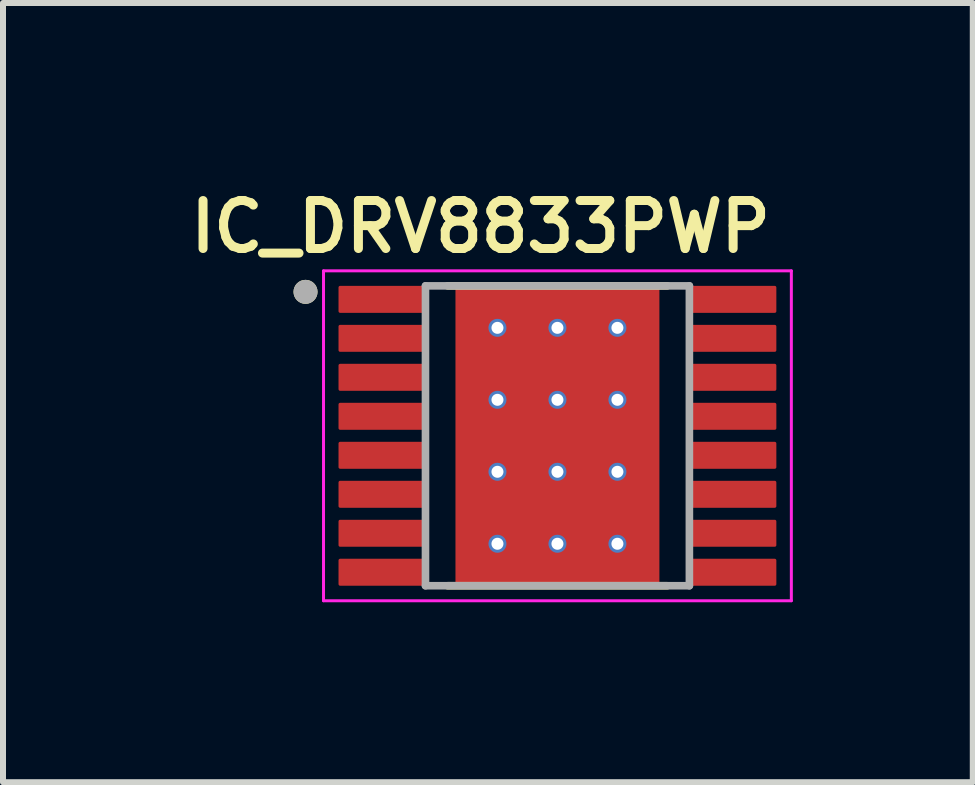
<source format=kicad_pcb>
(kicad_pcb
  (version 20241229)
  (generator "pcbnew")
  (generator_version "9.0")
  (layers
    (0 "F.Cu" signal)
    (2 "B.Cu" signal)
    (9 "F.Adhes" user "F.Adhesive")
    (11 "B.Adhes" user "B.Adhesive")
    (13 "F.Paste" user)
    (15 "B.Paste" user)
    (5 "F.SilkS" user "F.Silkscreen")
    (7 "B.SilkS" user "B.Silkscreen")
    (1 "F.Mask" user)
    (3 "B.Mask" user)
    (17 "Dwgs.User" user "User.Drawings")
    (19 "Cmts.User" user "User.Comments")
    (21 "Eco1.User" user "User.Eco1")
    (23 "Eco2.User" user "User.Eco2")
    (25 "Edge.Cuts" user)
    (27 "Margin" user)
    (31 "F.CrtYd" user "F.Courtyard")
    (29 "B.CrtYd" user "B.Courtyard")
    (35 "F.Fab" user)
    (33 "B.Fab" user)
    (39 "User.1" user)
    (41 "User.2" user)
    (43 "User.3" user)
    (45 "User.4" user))
  (footprint "IC_DRV8833PWP"
    (layer "F.Cu")
    (at 6.244 4.216)
    (property "Reference" "IC_DRV8833PWP" (at -1.28 -3.485 0) (layer "F.SilkS") (effects (font (size 0.8 0.8) (thickness 0.15))))
    (attr smd)
    (fp_poly (pts (xy -1.23 -1.155) (xy 1.23 -1.155) (xy 1.23 1.155) (xy -1.23 1.155)) (stroke (width 0.01) (type solid)) (fill yes) (layer "F.Mask"))
    (fp_line (start -1.83 -2.5) (end 1.83 -2.5) (stroke (width 0.127) (type solid)) (layer "F.SilkS"))
    (fp_line (start -1.83 2.5) (end 1.83 2.5) (stroke (width 0.127) (type solid)) (layer "F.SilkS"))
    (fp_circle (center -4.2 -2.4) (end -4.1 -2.4) (stroke (width 0.2) (type solid)) (fill no) (layer "F.SilkS"))
    (fp_poly (pts (xy -1.23 -1.155) (xy 1.23 -1.155) (xy 1.23 1.155) (xy -1.23 1.155)) (stroke (width 0.01) (type solid)) (fill yes) (layer "F.Paste"))
    (fp_line (start -3.9 -2.75) (end -3.9 2.75) (stroke (width 0.05) (type solid)) (layer "F.CrtYd"))
    (fp_line (start -3.9 -2.75) (end 3.9 -2.75) (stroke (width 0.05) (type solid)) (layer "F.CrtYd"))
    (fp_line (start -3.9 2.75) (end 3.9 2.75) (stroke (width 0.05) (type solid)) (layer "F.CrtYd"))
    (fp_line (start 3.9 -2.75) (end 3.9 2.75) (stroke (width 0.05) (type solid)) (layer "F.CrtYd"))
    (fp_line (start -2.2 -2.5) (end -2.2 2.5) (stroke (width 0.127) (type solid)) (layer "F.Fab"))
    (fp_line (start -2.2 -2.5) (end 2.2 -2.5) (stroke (width 0.127) (type solid)) (layer "F.Fab"))
    (fp_line (start -2.2 2.5) (end 2.2 2.5) (stroke (width 0.127) (type solid)) (layer "F.Fab"))
    (fp_line (start 2.2 -2.5) (end 2.2 2.5) (stroke (width 0.127) (type solid)) (layer "F.Fab"))
    (fp_circle (center -4.2 -2.4) (end -4.1 -2.4) (stroke (width 0.2) (type solid)) (fill no) (layer "F.Fab"))
    (pad "1" smd roundrect (at -2.9 -2.275) (size 1.5 0.45) (layers "F.Cu" "F.Mask" "F.Paste") (roundrect_rratio 0.06))
    (pad "2" smd roundrect (at -2.9 -1.625) (size 1.5 0.45) (layers "F.Cu" "F.Mask" "F.Paste") (roundrect_rratio 0.06))
    (pad "3" smd roundrect (at -2.9 -0.975) (size 1.5 0.45) (layers "F.Cu" "F.Mask" "F.Paste") (roundrect_rratio 0.06))
    (pad "4" smd roundrect (at -2.9 -0.325) (size 1.5 0.45) (layers "F.Cu" "F.Mask" "F.Paste") (roundrect_rratio 0.06))
    (pad "5" smd roundrect (at -2.9 0.325) (size 1.5 0.45) (layers "F.Cu" "F.Mask" "F.Paste") (roundrect_rratio 0.06))
    (pad "6" smd roundrect (at -2.9 0.975) (size 1.5 0.45) (layers "F.Cu" "F.Mask" "F.Paste") (roundrect_rratio 0.06))
    (pad "7" smd roundrect (at -2.9 1.625) (size 1.5 0.45) (layers "F.Cu" "F.Mask" "F.Paste") (roundrect_rratio 0.06))
    (pad "8" smd roundrect (at -2.9 2.275) (size 1.5 0.45) (layers "F.Cu" "F.Mask" "F.Paste") (roundrect_rratio 0.06))
    (pad "9" smd roundrect (at 2.9 2.275) (size 1.5 0.45) (layers "F.Cu" "F.Mask" "F.Paste") (roundrect_rratio 0.06))
    (pad "10" smd roundrect (at 2.9 1.625) (size 1.5 0.45) (layers "F.Cu" "F.Mask" "F.Paste") (roundrect_rratio 0.06))
    (pad "11" smd roundrect (at 2.9 0.975) (size 1.5 0.45) (layers "F.Cu" "F.Mask" "F.Paste") (roundrect_rratio 0.06))
    (pad "12" smd roundrect (at 2.9 0.325) (size 1.5 0.45) (layers "F.Cu" "F.Mask" "F.Paste") (roundrect_rratio 0.06))
    (pad "13" smd roundrect (at 2.9 -0.325) (size 1.5 0.45) (layers "F.Cu" "F.Mask" "F.Paste") (roundrect_rratio 0.06))
    (pad "14" smd roundrect (at 2.9 -0.975) (size 1.5 0.45) (layers "F.Cu" "F.Mask" "F.Paste") (roundrect_rratio 0.06))
    (pad "15" smd roundrect (at 2.9 -1.625) (size 1.5 0.45) (layers "F.Cu" "F.Mask" "F.Paste") (roundrect_rratio 0.06))
    (pad "16" smd roundrect (at 2.9 -2.275) (size 1.5 0.45) (layers "F.Cu" "F.Mask" "F.Paste") (roundrect_rratio 0.06))
    (pad "17" smd rect (at 0 0) (size 3.4 5) (layers "F.Cu"))
    (pad "18" thru_hole circle (at -1 -1.8) (size 0.3 0.3) (drill 0.2) (layers "*.Cu"))
    (pad "19" thru_hole circle (at 0 -1.8) (size 0.3 0.3) (drill 0.2) (layers "*.Cu"))
    (pad "20" thru_hole circle (at 1 -1.8) (size 0.3 0.3) (drill 0.2) (layers "*.Cu"))
    (pad "21" thru_hole circle (at -1 -0.6) (size 0.3 0.3) (drill 0.2) (layers "*.Cu"))
    (pad "22" thru_hole circle (at 0 -0.6) (size 0.3 0.3) (drill 0.2) (layers "*.Cu"))
    (pad "23" thru_hole circle (at 1 -0.6) (size 0.3 0.3) (drill 0.2) (layers "*.Cu"))
    (pad "24" thru_hole circle (at -1 0.6) (size 0.3 0.3) (drill 0.2) (layers "*.Cu"))
    (pad "25" thru_hole circle (at 0 0.6) (size 0.3 0.3) (drill 0.2) (layers "*.Cu"))
    (pad "26" thru_hole circle (at 1 0.6) (size 0.3 0.3) (drill 0.2) (layers "*.Cu"))
    (pad "27" thru_hole circle (at -1 1.8) (size 0.3 0.3) (drill 0.2) (layers "*.Cu"))
    (pad "28" thru_hole circle (at 0 1.8) (size 0.3 0.3) (drill 0.2) (layers "*.Cu"))
    (pad "29" thru_hole circle (at 1 1.8) (size 0.3 0.3) (drill 0.2) (layers "*.Cu")))
  (gr_rect
    (start -3 -3)
    (end 13.169 9.991)
    (stroke (width 0.1) (type default))
    (fill no)
    (layer "Edge.Cuts")))
</source>
